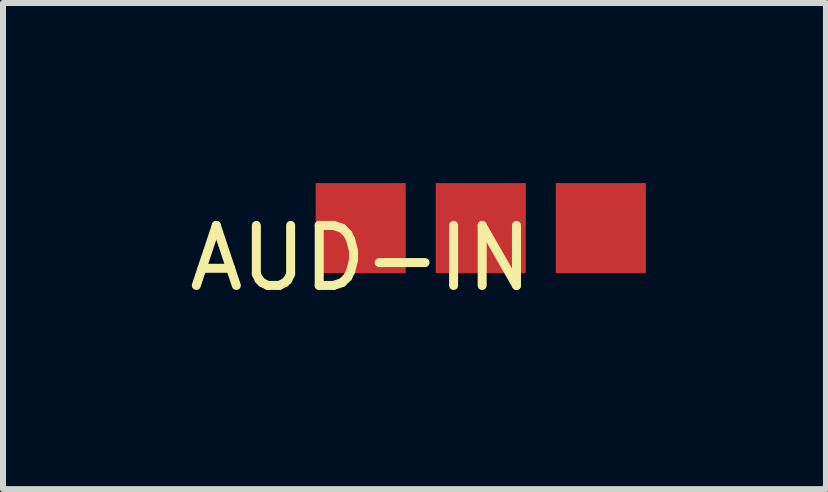
<source format=kicad_pcb>
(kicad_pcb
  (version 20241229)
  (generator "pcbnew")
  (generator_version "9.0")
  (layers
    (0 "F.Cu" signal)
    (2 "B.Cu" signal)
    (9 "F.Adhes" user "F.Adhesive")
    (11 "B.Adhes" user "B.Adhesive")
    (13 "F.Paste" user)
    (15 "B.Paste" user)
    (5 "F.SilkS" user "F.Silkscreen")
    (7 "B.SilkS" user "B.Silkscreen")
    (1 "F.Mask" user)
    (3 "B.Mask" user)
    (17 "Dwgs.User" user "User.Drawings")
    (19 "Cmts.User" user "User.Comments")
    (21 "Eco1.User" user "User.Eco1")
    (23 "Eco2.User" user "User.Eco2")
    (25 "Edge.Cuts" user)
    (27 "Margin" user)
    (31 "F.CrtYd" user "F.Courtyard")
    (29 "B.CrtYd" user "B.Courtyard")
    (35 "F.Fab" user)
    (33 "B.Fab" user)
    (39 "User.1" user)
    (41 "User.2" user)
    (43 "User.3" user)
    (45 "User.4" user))
  (footprint "AUD-IN"
    (layer "F.Cu")
    (at 2.958 0.75)
    (property "Reference" "AUD-IN" (at 0 0.5 0) (layer "F.SilkS") (effects (font (size 1 1) (thickness 0.15))))
    (attr through_hole)
    (pad "1" smd rect (at 0 0) (size 1.5 1.5) (layers "F.Cu" "F.Mask" "F.Paste"))
    (pad "2" smd rect (at 2 0) (size 1.5 1.5) (layers "F.Cu" "F.Mask" "F.Paste"))
    (pad "3" smd rect (at 4 0) (size 1.5 1.5) (layers "F.Cu" "F.Mask" "F.Paste")))
  (gr_rect
    (start -3 -3)
    (end 10.708 5.098)
    (stroke (width 0.1) (type default))
    (fill no)
    (layer "Edge.Cuts")))
</source>
